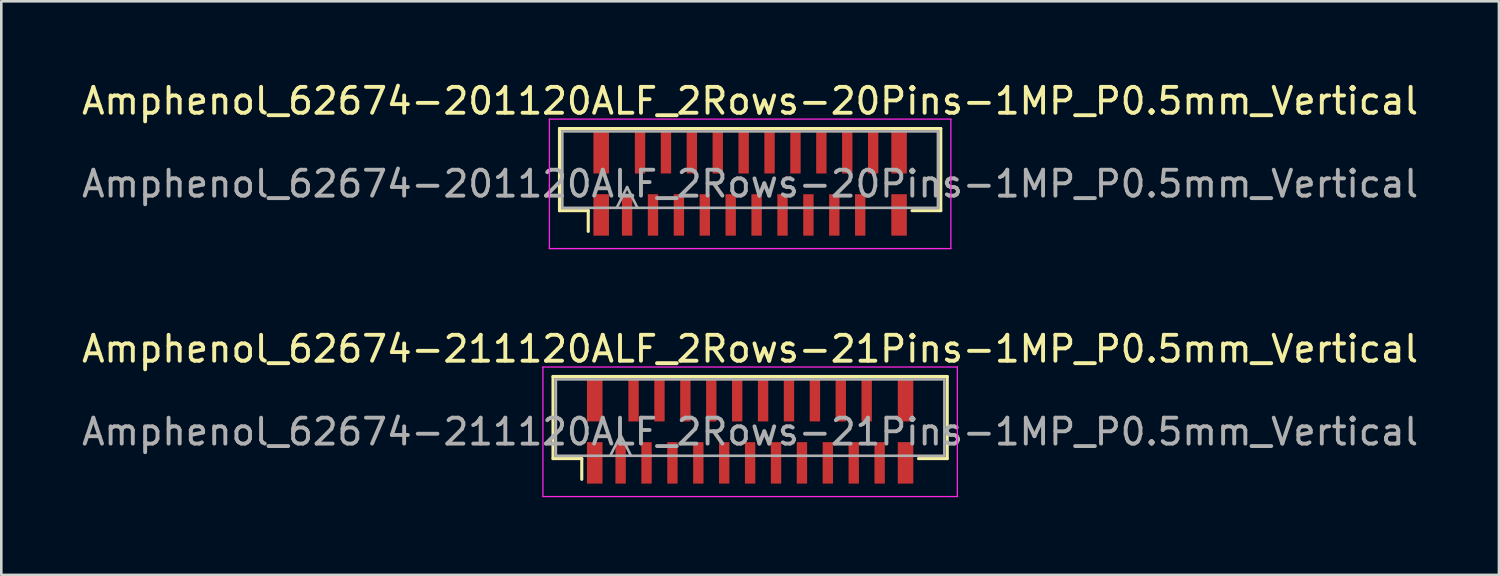
<source format=kicad_pcb>
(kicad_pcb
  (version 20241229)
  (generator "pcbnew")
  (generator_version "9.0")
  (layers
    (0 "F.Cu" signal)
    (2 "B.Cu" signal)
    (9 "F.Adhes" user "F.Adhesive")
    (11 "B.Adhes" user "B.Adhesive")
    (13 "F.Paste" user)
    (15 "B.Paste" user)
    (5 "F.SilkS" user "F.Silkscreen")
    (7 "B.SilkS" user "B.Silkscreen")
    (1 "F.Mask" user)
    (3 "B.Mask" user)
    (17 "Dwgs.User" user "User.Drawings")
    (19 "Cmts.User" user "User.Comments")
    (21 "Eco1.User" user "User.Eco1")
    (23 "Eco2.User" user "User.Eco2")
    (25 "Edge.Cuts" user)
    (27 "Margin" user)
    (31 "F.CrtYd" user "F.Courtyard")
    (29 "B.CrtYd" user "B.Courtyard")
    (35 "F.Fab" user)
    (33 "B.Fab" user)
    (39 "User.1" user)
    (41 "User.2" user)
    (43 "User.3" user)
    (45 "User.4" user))
  (footprint "Amphenol_62674-211120ALF_2Rows-21Pins-1MP_P0.5mm_Vertical"
    (layer "F.Cu")
    (at 25.911 13.621)
    (property "Reference" "Amphenol_62674-211120ALF_2Rows-21Pins-1MP_P0.5mm_Vertical" (at 0 -3.2 0) (layer "F.SilkS") (effects (font (size 1 1) (thickness 0.15))))
    (attr smd)
    (fp_line (start -7.61 -2.135) (end -7.61 1.035) (stroke (width 0.12) (type solid)) (layer "F.SilkS"))
    (fp_line (start -7.61 1.035) (end -6.5 1.035) (stroke (width 0.12) (type solid)) (layer "F.SilkS"))
    (fp_line (start -6.5 1.035) (end -6.5 1.835) (stroke (width 0.12) (type solid)) (layer "F.SilkS"))
    (fp_line (start 6.5 1.035) (end 7.61 1.035) (stroke (width 0.12) (type solid)) (layer "F.SilkS"))
    (fp_line (start 7.61 -2.135) (end -7.61 -2.135) (stroke (width 0.12) (type solid)) (layer "F.SilkS"))
    (fp_line (start 7.61 1.035) (end 7.61 -2.135) (stroke (width 0.12) (type solid)) (layer "F.SilkS"))
    (fp_line (start -8 -2.5) (end 8 -2.5) (stroke (width 0.05) (type solid)) (layer "F.CrtYd"))
    (fp_line (start -8 2.5) (end -8 -2.5) (stroke (width 0.05) (type solid)) (layer "F.CrtYd"))
    (fp_line (start 8 -2.5) (end 8 2.5) (stroke (width 0.05) (type solid)) (layer "F.CrtYd"))
    (fp_line (start 8 2.5) (end -8 2.5) (stroke (width 0.05) (type solid)) (layer "F.CrtYd"))
    (fp_line (start -7.5 -2.025) (end -7.5 0.925) (stroke (width 0.1) (type solid)) (layer "F.Fab"))
    (fp_line (start -7.5 0.925) (end 7.5 0.925) (stroke (width 0.1) (type solid)) (layer "F.Fab"))
    (fp_line (start -5.4 0.925) (end -5 0.125) (stroke (width 0.1) (type solid)) (layer "F.Fab"))
    (fp_line (start -5 0.125) (end -4.6 0.925) (stroke (width 0.1) (type solid)) (layer "F.Fab"))
    (fp_line (start 7.5 -2.025) (end -7.5 -2.025) (stroke (width 0.1) (type solid)) (layer "F.Fab"))
    (fp_line (start 7.5 0.925) (end 7.5 -2.025) (stroke (width 0.1) (type solid)) (layer "F.Fab"))
    (fp_text user "${REFERENCE}" (at 0 0 0) (layer "F.Fab") (effects (font (size 1 1) (thickness 0.15))))
    (pad "1" smd rect (at -5 1.2) (size 0.4 1.6) (layers "F.Cu" "F.Mask" "F.Paste"))
    (pad "2" smd rect (at -4.5 -1.2) (size 0.4 1.6) (layers "F.Cu" "F.Mask" "F.Paste"))
    (pad "3" smd rect (at -4 1.2) (size 0.4 1.6) (layers "F.Cu" "F.Mask" "F.Paste"))
    (pad "4" smd rect (at -3.5 -1.2) (size 0.4 1.6) (layers "F.Cu" "F.Mask" "F.Paste"))
    (pad "5" smd rect (at -3 1.2) (size 0.4 1.6) (layers "F.Cu" "F.Mask" "F.Paste"))
    (pad "6" smd rect (at -2.5 -1.2) (size 0.4 1.6) (layers "F.Cu" "F.Mask" "F.Paste"))
    (pad "7" smd rect (at -2 1.2) (size 0.4 1.6) (layers "F.Cu" "F.Mask" "F.Paste"))
    (pad "8" smd rect (at -1.5 -1.2) (size 0.4 1.6) (layers "F.Cu" "F.Mask" "F.Paste"))
    (pad "9" smd rect (at -1 1.2) (size 0.4 1.6) (layers "F.Cu" "F.Mask" "F.Paste"))
    (pad "10" smd rect (at -0.5 -1.2) (size 0.4 1.6) (layers "F.Cu" "F.Mask" "F.Paste"))
    (pad "11" smd rect (at 0 1.2) (size 0.4 1.6) (layers "F.Cu" "F.Mask" "F.Paste"))
    (pad "12" smd rect (at 0.5 -1.2) (size 0.4 1.6) (layers "F.Cu" "F.Mask" "F.Paste"))
    (pad "13" smd rect (at 1 1.2) (size 0.4 1.6) (layers "F.Cu" "F.Mask" "F.Paste"))
    (pad "14" smd rect (at 1.5 -1.2) (size 0.4 1.6) (layers "F.Cu" "F.Mask" "F.Paste"))
    (pad "15" smd rect (at 2 1.2) (size 0.4 1.6) (layers "F.Cu" "F.Mask" "F.Paste"))
    (pad "16" smd rect (at 2.5 -1.2) (size 0.4 1.6) (layers "F.Cu" "F.Mask" "F.Paste"))
    (pad "17" smd rect (at 3 1.2) (size 0.4 1.6) (layers "F.Cu" "F.Mask" "F.Paste"))
    (pad "18" smd rect (at 3.5 -1.2) (size 0.4 1.6) (layers "F.Cu" "F.Mask" "F.Paste"))
    (pad "19" smd rect (at 4 1.2) (size 0.4 1.6) (layers "F.Cu" "F.Mask" "F.Paste"))
    (pad "20" smd rect (at 4.5 -1.2) (size 0.4 1.6) (layers "F.Cu" "F.Mask" "F.Paste"))
    (pad "21" smd rect (at 5 1.2) (size 0.4 1.6) (layers "F.Cu" "F.Mask" "F.Paste"))
    (pad "MP" smd rect (at -6 -1.2) (size 0.6 1.6) (layers "F.Cu" "F.Mask" "F.Paste"))
    (pad "MP" smd rect (at -6 1.2) (size 0.6 1.6) (layers "F.Cu" "F.Mask" "F.Paste"))
    (pad "MP" smd rect (at 6 -1.2) (size 0.6 1.6) (layers "F.Cu" "F.Mask" "F.Paste"))
    (pad "MP" smd rect (at 6 1.2) (size 0.6 1.6) (layers "F.Cu" "F.Mask" "F.Paste")))
  (footprint "Amphenol_62674-201120ALF_2Rows-20Pins-1MP_P0.5mm_Vertical"
    (layer "F.Cu")
    (at 25.911 4.048)
    (property "Reference" "Amphenol_62674-201120ALF_2Rows-20Pins-1MP_P0.5mm_Vertical" (at 0 -3.2 0) (layer "F.SilkS") (effects (font (size 1 1) (thickness 0.15))))
    (attr smd)
    (fp_line (start -7.36 -2.135) (end -7.36 1.035) (stroke (width 0.12) (type solid)) (layer "F.SilkS"))
    (fp_line (start -7.36 1.035) (end -6.25 1.035) (stroke (width 0.12) (type solid)) (layer "F.SilkS"))
    (fp_line (start -6.25 1.035) (end -6.25 1.835) (stroke (width 0.12) (type solid)) (layer "F.SilkS"))
    (fp_line (start 6.25 1.035) (end 7.36 1.035) (stroke (width 0.12) (type solid)) (layer "F.SilkS"))
    (fp_line (start 7.36 -2.135) (end -7.36 -2.135) (stroke (width 0.12) (type solid)) (layer "F.SilkS"))
    (fp_line (start 7.36 1.035) (end 7.36 -2.135) (stroke (width 0.12) (type solid)) (layer "F.SilkS"))
    (fp_line (start -7.75 -2.5) (end 7.75 -2.5) (stroke (width 0.05) (type solid)) (layer "F.CrtYd"))
    (fp_line (start -7.75 2.5) (end -7.75 -2.5) (stroke (width 0.05) (type solid)) (layer "F.CrtYd"))
    (fp_line (start 7.75 -2.5) (end 7.75 2.5) (stroke (width 0.05) (type solid)) (layer "F.CrtYd"))
    (fp_line (start 7.75 2.5) (end -7.75 2.5) (stroke (width 0.05) (type solid)) (layer "F.CrtYd"))
    (fp_line (start -7.25 -2.025) (end -7.25 0.925) (stroke (width 0.1) (type solid)) (layer "F.Fab"))
    (fp_line (start -7.25 0.925) (end 7.25 0.925) (stroke (width 0.1) (type solid)) (layer "F.Fab"))
    (fp_line (start -5.15 0.925) (end -4.75 0.125) (stroke (width 0.1) (type solid)) (layer "F.Fab"))
    (fp_line (start -4.75 0.125) (end -4.35 0.925) (stroke (width 0.1) (type solid)) (layer "F.Fab"))
    (fp_line (start 7.25 -2.025) (end -7.25 -2.025) (stroke (width 0.1) (type solid)) (layer "F.Fab"))
    (fp_line (start 7.25 0.925) (end 7.25 -2.025) (stroke (width 0.1) (type solid)) (layer "F.Fab"))
    (fp_text user "${REFERENCE}" (at 0 0 0) (layer "F.Fab") (effects (font (size 1 1) (thickness 0.15))))
    (pad "1" smd rect (at -4.75 1.2) (size 0.4 1.6) (layers "F.Cu" "F.Mask" "F.Paste"))
    (pad "2" smd rect (at -4.25 -1.2) (size 0.4 1.6) (layers "F.Cu" "F.Mask" "F.Paste"))
    (pad "3" smd rect (at -3.75 1.2) (size 0.4 1.6) (layers "F.Cu" "F.Mask" "F.Paste"))
    (pad "4" smd rect (at -3.25 -1.2) (size 0.4 1.6) (layers "F.Cu" "F.Mask" "F.Paste"))
    (pad "5" smd rect (at -2.75 1.2) (size 0.4 1.6) (layers "F.Cu" "F.Mask" "F.Paste"))
    (pad "6" smd rect (at -2.25 -1.2) (size 0.4 1.6) (layers "F.Cu" "F.Mask" "F.Paste"))
    (pad "7" smd rect (at -1.75 1.2) (size 0.4 1.6) (layers "F.Cu" "F.Mask" "F.Paste"))
    (pad "8" smd rect (at -1.25 -1.2) (size 0.4 1.6) (layers "F.Cu" "F.Mask" "F.Paste"))
    (pad "9" smd rect (at -0.75 1.2) (size 0.4 1.6) (layers "F.Cu" "F.Mask" "F.Paste"))
    (pad "10" smd rect (at -0.25 -1.2) (size 0.4 1.6) (layers "F.Cu" "F.Mask" "F.Paste"))
    (pad "11" smd rect (at 0.25 1.2) (size 0.4 1.6) (layers "F.Cu" "F.Mask" "F.Paste"))
    (pad "12" smd rect (at 0.75 -1.2) (size 0.4 1.6) (layers "F.Cu" "F.Mask" "F.Paste"))
    (pad "13" smd rect (at 1.25 1.2) (size 0.4 1.6) (layers "F.Cu" "F.Mask" "F.Paste"))
    (pad "14" smd rect (at 1.75 -1.2) (size 0.4 1.6) (layers "F.Cu" "F.Mask" "F.Paste"))
    (pad "15" smd rect (at 2.25 1.2) (size 0.4 1.6) (layers "F.Cu" "F.Mask" "F.Paste"))
    (pad "16" smd rect (at 2.75 -1.2) (size 0.4 1.6) (layers "F.Cu" "F.Mask" "F.Paste"))
    (pad "17" smd rect (at 3.25 1.2) (size 0.4 1.6) (layers "F.Cu" "F.Mask" "F.Paste"))
    (pad "18" smd rect (at 3.75 -1.2) (size 0.4 1.6) (layers "F.Cu" "F.Mask" "F.Paste"))
    (pad "19" smd rect (at 4.25 1.2) (size 0.4 1.6) (layers "F.Cu" "F.Mask" "F.Paste"))
    (pad "20" smd rect (at 4.75 -1.2) (size 0.4 1.6) (layers "F.Cu" "F.Mask" "F.Paste"))
    (pad "MP" smd rect (at -5.75 -1.2) (size 0.6 1.6) (layers "F.Cu" "F.Mask" "F.Paste"))
    (pad "MP" smd rect (at -5.75 1.2) (size 0.6 1.6) (layers "F.Cu" "F.Mask" "F.Paste"))
    (pad "MP" smd rect (at 5.75 -1.2) (size 0.6 1.6) (layers "F.Cu" "F.Mask" "F.Paste"))
    (pad "MP" smd rect (at 5.75 1.2) (size 0.6 1.6) (layers "F.Cu" "F.Mask" "F.Paste")))
  (gr_rect
    (start -3 -3)
    (end 54.821 19.146)
    (stroke (width 0.1) (type default))
    (fill no)
    (layer "Edge.Cuts")))
</source>
